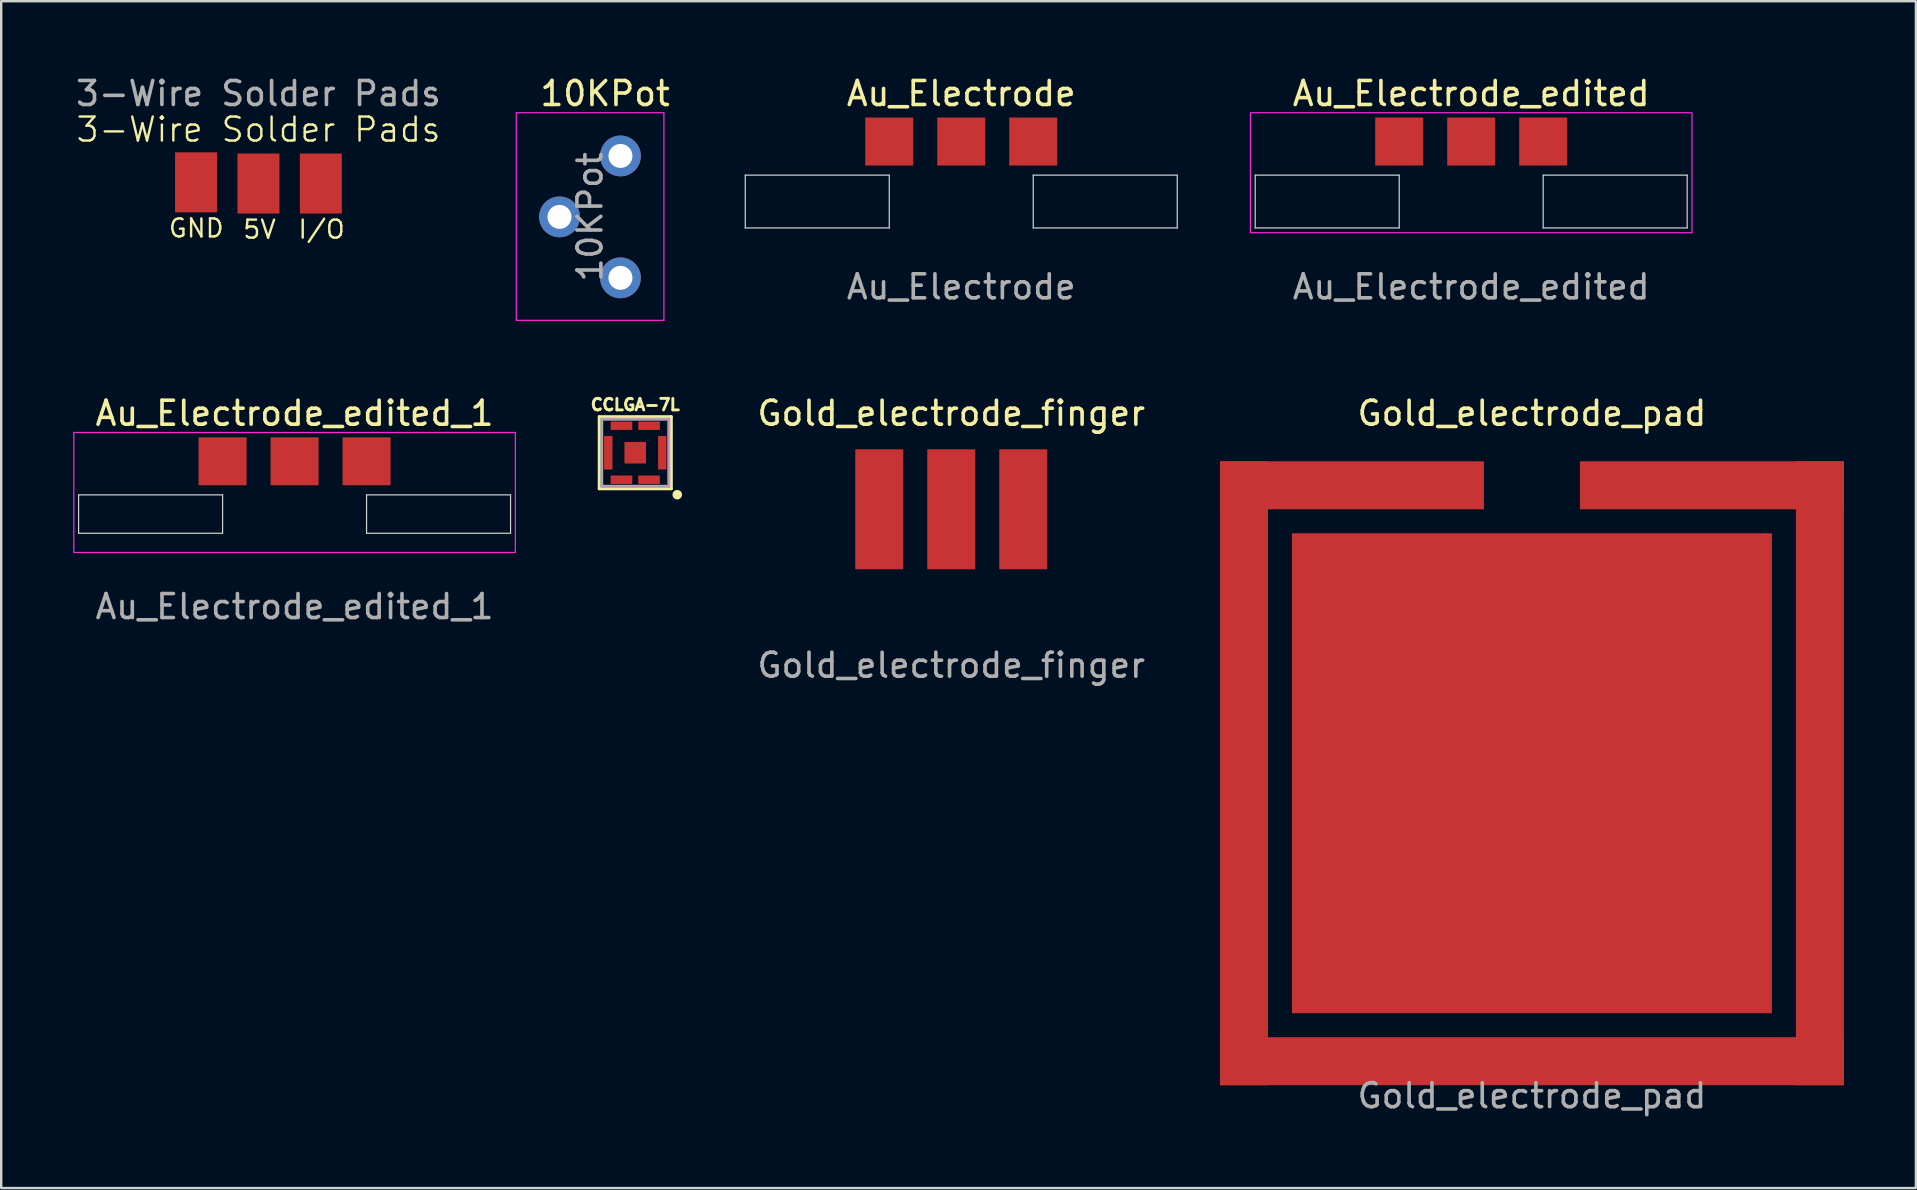
<source format=kicad_pcb>
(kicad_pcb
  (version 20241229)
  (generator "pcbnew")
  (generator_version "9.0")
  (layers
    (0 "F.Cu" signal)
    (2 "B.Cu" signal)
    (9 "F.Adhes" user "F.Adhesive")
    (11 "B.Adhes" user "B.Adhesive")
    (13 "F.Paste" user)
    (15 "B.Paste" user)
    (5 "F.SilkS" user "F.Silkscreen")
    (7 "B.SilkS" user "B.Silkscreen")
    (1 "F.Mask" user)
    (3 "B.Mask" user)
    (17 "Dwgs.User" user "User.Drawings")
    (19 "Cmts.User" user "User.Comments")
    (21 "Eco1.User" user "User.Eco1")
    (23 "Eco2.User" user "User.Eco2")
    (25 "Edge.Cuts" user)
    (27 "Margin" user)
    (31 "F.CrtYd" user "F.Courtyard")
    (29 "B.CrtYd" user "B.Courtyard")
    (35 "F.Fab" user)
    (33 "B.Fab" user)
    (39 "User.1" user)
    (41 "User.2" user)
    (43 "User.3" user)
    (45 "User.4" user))
  (footprint "10KPot"
    (layer "F.Cu")
    (at 20.265 3.448)
    (property "Reference" "10KPot" (at 1.9 -2.6 0) (layer "F.SilkS") (effects (font (size 1 1) (thickness 0.15))))
    (attr through_hole)
    (fp_line (start -1.8 -1.8) (end -1.8 6.85) (stroke (width 0.05) (type solid)) (layer "F.CrtYd"))
    (fp_line (start -1.8 6.85) (end 4.35 6.85) (stroke (width 0.05) (type solid)) (layer "F.CrtYd"))
    (fp_line (start 4.35 -1.8) (end -1.8 -1.8) (stroke (width 0.05) (type solid)) (layer "F.CrtYd"))
    (fp_line (start 4.35 6.85) (end 4.35 -1.8) (stroke (width 0.05) (type solid)) (layer "F.CrtYd"))
    (fp_text user "${REFERENCE}" (at 1.27 2.54 90) (layer "F.Fab") (effects (font (size 1 1) (thickness 0.15))))
    (pad "1" thru_hole oval (at 2.54 0) (size 1.7 1.7) (drill 1) (layers "*.Cu" "*.Mask"))
    (pad "2" thru_hole oval (at 0 2.54) (size 1.7 1.7) (drill 1) (layers "*.Cu" "*.Mask"))
    (pad "3" thru_hole oval (at 2.54 5.08) (size 1.7 1.7) (drill 1) (layers "*.Cu" "*.Mask")))
  (footprint "Au_Electrode_edited"
    (layer "F.Cu")
    (at 58.256 5.348)
    (property "Reference" "Au_Electrode_edited" (at 0 -4.5 0) (unlocked yes) (layer "F.SilkS") (effects (font (size 1 1) (thickness 0.15))))
    (attr smd)
    (fp_line (start -9 -1.1) (end -9 1.1) (stroke (width 0.05) (type default)) (layer "Edge.Cuts"))
    (fp_line (start -9 1.1) (end -3 1.1) (stroke (width 0.05) (type default)) (layer "Edge.Cuts"))
    (fp_line (start -3 -1.1) (end -9 -1.1) (stroke (width 0.05) (type default)) (layer "Edge.Cuts"))
    (fp_line (start -3 -1.1) (end -3 1.1) (stroke (width 0.05) (type default)) (layer "Edge.Cuts"))
    (fp_line (start 3 -1.1) (end 3 1.1) (stroke (width 0.05) (type default)) (layer "Edge.Cuts"))
    (fp_line (start 3 -1.1) (end 9 -1.1) (stroke (width 0.05) (type default)) (layer "Edge.Cuts"))
    (fp_line (start 3 1.1) (end 9 1.1) (stroke (width 0.05) (type default)) (layer "Edge.Cuts"))
    (fp_line (start 9 -1.1) (end 9 1.1) (stroke (width 0.05) (type default)) (layer "Edge.Cuts"))
    (fp_rect (start -9.2 -3.7) (end 9.2 1.3) (stroke (width 0.05) (type default)) (fill no) (layer "F.CrtYd"))
    (fp_text user "${REFERENCE}" (at 0 3.556 0) (unlocked yes) (layer "F.Fab") (effects (font (size 1 1) (thickness 0.15))))
    (pad "1" smd rect (at 0 -2.5) (size 2 2) (layers "F.Cu" "F.Mask" "F.Paste"))
    (pad "2" smd rect (at -3 -2.5) (size 2 2) (layers "F.Cu" "F.Mask" "F.Paste"))
    (pad "2" smd rect (at 3 -2.5) (size 2 2) (layers "F.Cu" "F.Mask" "F.Paste")))
  (footprint "CCLGA-7L"
    (layer "F.Cu")
    (at 23.422 15.815)
    (property "Reference" "CCLGA-7L" (at 0 -2 0) (layer "F.SilkS") (effects (font (size 0.48 0.48) (thickness 0.15))))
    (attr smd)
    (fp_poly (pts (xy -1.35 -0.75) (xy -0.9 -0.75) (xy -0.9 0.75) (xy -1.35 0.75)) (stroke (width 0.01) (type solid)) (fill yes) (layer "F.Mask"))
    (fp_poly (pts (xy -1.075 -1.35) (xy -0.075 -1.35) (xy -0.075 -0.9) (xy -1.075 -0.9)) (stroke (width 0.01) (type solid)) (fill yes) (layer "F.Mask"))
    (fp_poly (pts (xy -1.075 0.9) (xy -0.075 0.9) (xy -0.075 1.35) (xy -1.075 1.35)) (stroke (width 0.01) (type solid)) (fill yes) (layer "F.Mask"))
    (fp_poly (pts (xy -0.5 -0.5) (xy 0.5 -0.5) (xy 0.5 0.5) (xy -0.5 0.5)) (stroke (width 0.01) (type solid)) (fill yes) (layer "F.Mask"))
    (fp_poly (pts (xy 0.075 -1.35) (xy 1.075 -1.35) (xy 1.075 -0.9) (xy 0.075 -0.9)) (stroke (width 0.01) (type solid)) (fill yes) (layer "F.Mask"))
    (fp_poly (pts (xy 0.075 0.9) (xy 1.075 0.9) (xy 1.075 1.35) (xy 0.075 1.35)) (stroke (width 0.01) (type solid)) (fill yes) (layer "F.Mask"))
    (fp_poly (pts (xy 0.9 -0.75) (xy 1.35 -0.75) (xy 1.35 0.75) (xy 0.9 0.75)) (stroke (width 0.01) (type solid)) (fill yes) (layer "F.Mask"))
    (fp_line (start -1.5 -1.5) (end -1.5 1.5) (stroke (width 0.127) (type solid)) (layer "F.SilkS"))
    (fp_line (start -1.5 1.5) (end 1.5 1.5) (stroke (width 0.127) (type solid)) (layer "F.SilkS"))
    (fp_line (start 1.5 -1.5) (end -1.5 -1.5) (stroke (width 0.127) (type solid)) (layer "F.SilkS"))
    (fp_line (start 1.5 1.5) (end 1.5 -1.5) (stroke (width 0.127) (type solid)) (layer "F.SilkS"))
    (fp_circle (center 1.75 1.75) (end 1.85 1.75) (stroke (width 0.2) (type solid)) (fill no) (layer "F.SilkS"))
    (fp_poly (pts (xy -1.25 -0.65) (xy -1 -0.65) (xy -1 0.65) (xy -1.25 0.65)) (stroke (width 0.01) (type solid)) (fill yes) (layer "F.Paste"))
    (fp_poly (pts (xy -0.975 -1.25) (xy -0.175 -1.25) (xy -0.175 -1) (xy -0.975 -1)) (stroke (width 0.01) (type solid)) (fill yes) (layer "F.Paste"))
    (fp_poly (pts (xy -0.975 1) (xy -0.175 1) (xy -0.175 1.25) (xy -0.975 1.25)) (stroke (width 0.01) (type solid)) (fill yes) (layer "F.Paste"))
    (fp_poly (pts (xy -0.4 -0.4) (xy 0.4 -0.4) (xy 0.4 0.4) (xy -0.4 0.4)) (stroke (width 0.01) (type solid)) (fill yes) (layer "F.Paste"))
    (fp_poly (pts (xy 0.175 -1.25) (xy 0.975 -1.25) (xy 0.975 -1) (xy 0.175 -1)) (stroke (width 0.01) (type solid)) (fill yes) (layer "F.Paste"))
    (fp_poly (pts (xy 0.175 1) (xy 0.975 1) (xy 0.975 1.25) (xy 0.175 1.25)) (stroke (width 0.01) (type solid)) (fill yes) (layer "F.Paste"))
    (fp_poly (pts (xy 1 -0.65) (xy 1.25 -0.65) (xy 1.25 0.65) (xy 1 0.65)) (stroke (width 0.01) (type solid)) (fill yes) (layer "F.Paste"))
    (fp_poly (pts (xy -1.4 -1.4) (xy 1.4 -1.4) (xy 1.4 1.4) (xy -1.4 1.4)) (stroke (width 0.01) (type solid)) (fill no) (layer "F.CrtYd"))
    (fp_line (start -1.4 -1.4) (end -1.4 1.4) (stroke (width 0.127) (type solid)) (layer "F.Fab"))
    (fp_line (start -1.4 1.4) (end 1.4 1.4) (stroke (width 0.127) (type solid)) (layer "F.Fab"))
    (fp_line (start 1.4 -1.4) (end -1.4 -1.4) (stroke (width 0.127) (type solid)) (layer "F.Fab"))
    (fp_line (start 1.4 1.4) (end 1.4 -1.4) (stroke (width 0.127) (type solid)) (layer "F.Fab"))
    (pad "1" smd rect (at 1.125 0) (size 0.35 1.4) (layers "F.Cu"))
    (pad "2" smd rect (at 0.575 -1.125) (size 0.9 0.35) (layers "F.Cu"))
    (pad "3" smd rect (at -0.575 -1.125) (size 0.9 0.35) (layers "F.Cu"))
    (pad "4" smd rect (at -1.125 0) (size 0.35 1.4) (layers "F.Cu"))
    (pad "5" smd rect (at -0.575 1.125) (size 0.9 0.35) (layers "F.Cu"))
    (pad "6" smd rect (at 0.575 1.125) (size 0.9 0.35) (layers "F.Cu"))
    (pad "7" smd rect (at 0 0) (size 0.9 0.9) (layers "F.Cu")))
  (footprint "Au_Electrode_edited_1"
    (layer "F.Cu")
    (at 9.225 18.672)
    (property "Reference" "Au_Electrode_edited_1" (at 0 -4.5 0) (unlocked yes) (layer "F.SilkS") (effects (font (size 1 1) (thickness 0.15))))
    (attr smd)
    (fp_line (start -9 -1.1) (end -9 0.5) (stroke (width 0.05) (type default)) (layer "Edge.Cuts"))
    (fp_line (start -9 0.5) (end -3 0.5) (stroke (width 0.05) (type default)) (layer "Edge.Cuts"))
    (fp_line (start -3 -1.1) (end -9 -1.1) (stroke (width 0.05) (type default)) (layer "Edge.Cuts"))
    (fp_line (start -3 -1.1) (end -3 0.5) (stroke (width 0.05) (type default)) (layer "Edge.Cuts"))
    (fp_line (start 3 -1.1) (end 3 0.5) (stroke (width 0.05) (type default)) (layer "Edge.Cuts"))
    (fp_line (start 3 -1.1) (end 9 -1.1) (stroke (width 0.05) (type default)) (layer "Edge.Cuts"))
    (fp_line (start 9 -1.1) (end 9 0.5) (stroke (width 0.05) (type default)) (layer "Edge.Cuts"))
    (fp_line (start 9 0.5) (end 3 0.5) (stroke (width 0.05) (type default)) (layer "Edge.Cuts"))
    (fp_rect (start -9.2 -3.7) (end 9.2 1.3) (stroke (width 0.05) (type default)) (fill no) (layer "F.CrtYd"))
    (fp_text user "${REFERENCE}" (at 0 3.556 0) (unlocked yes) (layer "F.Fab") (effects (font (size 1 1) (thickness 0.15))))
    (pad "1" smd rect (at 0 -2.5) (size 2 2) (layers "F.Cu" "F.Mask" "F.Paste"))
    (pad "2" smd rect (at -3 -2.5) (size 2 2) (layers "F.Cu" "F.Mask" "F.Paste"))
    (pad "2" smd rect (at 3 -2.5) (size 2 2) (layers "F.Cu" "F.Mask" "F.Paste")))
  (footprint "Gold_electrode_pad"
    (layer "F.Cu")
    (at 60.787 29.172)
    (property "Reference" "Gold_electrode_pad" (at 0 -15 0) (unlocked yes) (layer "F.SilkS") (effects (font (size 1 1) (thickness 0.15))))
    (attr smd)
    (fp_text user "${REFERENCE}" (at 0 13.438 0) (unlocked yes) (layer "F.Fab") (effects (font (size 1 1) (thickness 0.15))))
    (pad "1" smd rect (at 0 0) (size 20 20) (layers "F.Cu" "F.Mask" "F.Paste"))
    (pad "2" smd rect (at -12 0) (size 2 26) (layers "F.Cu" "F.Mask" "F.Paste"))
    (pad "2" smd rect (at -7.5 -12 90) (size 2 11) (layers "F.Cu" "F.Mask" "F.Paste"))
    (pad "2" smd rect (at 0 12 90) (size 2 26) (layers "F.Cu" "F.Mask" "F.Paste"))
    (pad "2" smd rect (at 7.5 -12 90) (size 2 11) (layers "F.Cu" "F.Mask" "F.Paste"))
    (pad "2" smd rect (at 12 0) (size 2 26) (layers "F.Cu" "F.Mask" "F.Paste")))
  (footprint "Gold_electrode_finger"
    (layer "F.Cu")
    (at 36.59 18.172)
    (property "Reference" "Gold_electrode_finger" (at 0 -4 0) (unlocked yes) (layer "F.SilkS") (effects (font (size 1 1) (thickness 0.15))))
    (attr smd)
    (fp_text user "${REFERENCE}" (at 0 6.5 0) (unlocked yes) (layer "F.Fab") (effects (font (size 1 1) (thickness 0.15))))
    (pad "1" smd rect (at 0 0) (size 2 5) (layers "F.Cu" "F.Mask" "F.Paste"))
    (pad "2" smd rect (at -3 0) (size 2 5) (layers "F.Cu" "F.Mask" "F.Paste"))
    (pad "2" smd rect (at 3 0) (size 2 5) (layers "F.Cu" "F.Mask" "F.Paste")))
  (footprint "3-Wire Solder Pads"
    (layer "F.Cu")
    (at 7.72 6.348)
    (property "Reference" "3-Wire Solder Pads" (at 0 -4 0) (unlocked yes) (layer "F.SilkS") (effects (font (size 1 1) (thickness 0.1))))
    (attr smd)
    (fp_text user "5V" (at -0.7 0.6 0) (unlocked yes) (layer "F.SilkS") (effects (font (size 0.75 0.75) (thickness 0.1)) (justify left bottom)))
    (fp_text user "I/O" (at 1.6 0.6 0) (unlocked yes) (layer "F.SilkS") (effects (font (size 0.75 0.75) (thickness 0.1)) (justify left bottom)))
    (fp_text user "GND" (at -3.8 0.55 0) (unlocked yes) (layer "F.SilkS") (effects (font (size 0.75 0.75) (thickness 0.1)) (justify left bottom)))
    (fp_text user "${REFERENCE}" (at 0 -5.5 0) (unlocked yes) (layer "F.Fab") (effects (font (size 1 1) (thickness 0.15))))
    (pad "1" smd rect (at -2.6 -1.8 90) (size 2.5 1.75) (layers "F.Cu" "F.Mask" "F.Paste"))
    (pad "2" smd rect (at 0 -1.75 90) (size 2.5 1.75) (layers "F.Cu" "F.Mask" "F.Paste"))
    (pad "3" smd rect (at 2.6 -1.75 90) (size 2.5 1.75) (layers "F.Cu" "F.Mask" "F.Paste")))
  (footprint "Au_Electrode"
    (layer "F.Cu")
    (at 37.006 5.348)
    (property "Reference" "Au_Electrode" (at 0 -4.5 0) (unlocked yes) (layer "F.SilkS") (effects (font (size 1 1) (thickness 0.15))))
    (attr smd)
    (fp_line (start -9 -1.1) (end -9 1.1) (stroke (width 0.05) (type default)) (layer "Edge.Cuts"))
    (fp_line (start -9 1.1) (end -3 1.1) (stroke (width 0.05) (type default)) (layer "Edge.Cuts"))
    (fp_line (start -3 -1.1) (end -9 -1.1) (stroke (width 0.05) (type default)) (layer "Edge.Cuts"))
    (fp_line (start -3 -1.1) (end -3 1.1) (stroke (width 0.05) (type default)) (layer "Edge.Cuts"))
    (fp_line (start 3 -1.1) (end 3 1.1) (stroke (width 0.05) (type default)) (layer "Edge.Cuts"))
    (fp_line (start 3 -1.1) (end 9 -1.1) (stroke (width 0.05) (type default)) (layer "Edge.Cuts"))
    (fp_line (start 3 1.1) (end 9 1.1) (stroke (width 0.05) (type default)) (layer "Edge.Cuts"))
    (fp_line (start 9 -1.1) (end 9 1.1) (stroke (width 0.05) (type default)) (layer "Edge.Cuts"))
    (fp_text user "${REFERENCE}" (at 0 3.556 0) (unlocked yes) (layer "F.Fab") (effects (font (size 1 1) (thickness 0.15))))
    (pad "1" smd rect (at 0 -2.5) (size 2 2) (layers "F.Cu" "F.Mask" "F.Paste"))
    (pad "2" smd rect (at -3 -2.5) (size 2 2) (layers "F.Cu" "F.Mask" "F.Paste"))
    (pad "2" smd rect (at 3 -2.5) (size 2 2) (layers "F.Cu" "F.Mask" "F.Paste")))
  (gr_rect
    (start -3 -3)
    (end 76.787 46.458)
    (stroke (width 0.1) (type default))
    (fill no)
    (layer "Edge.Cuts")))
</source>
